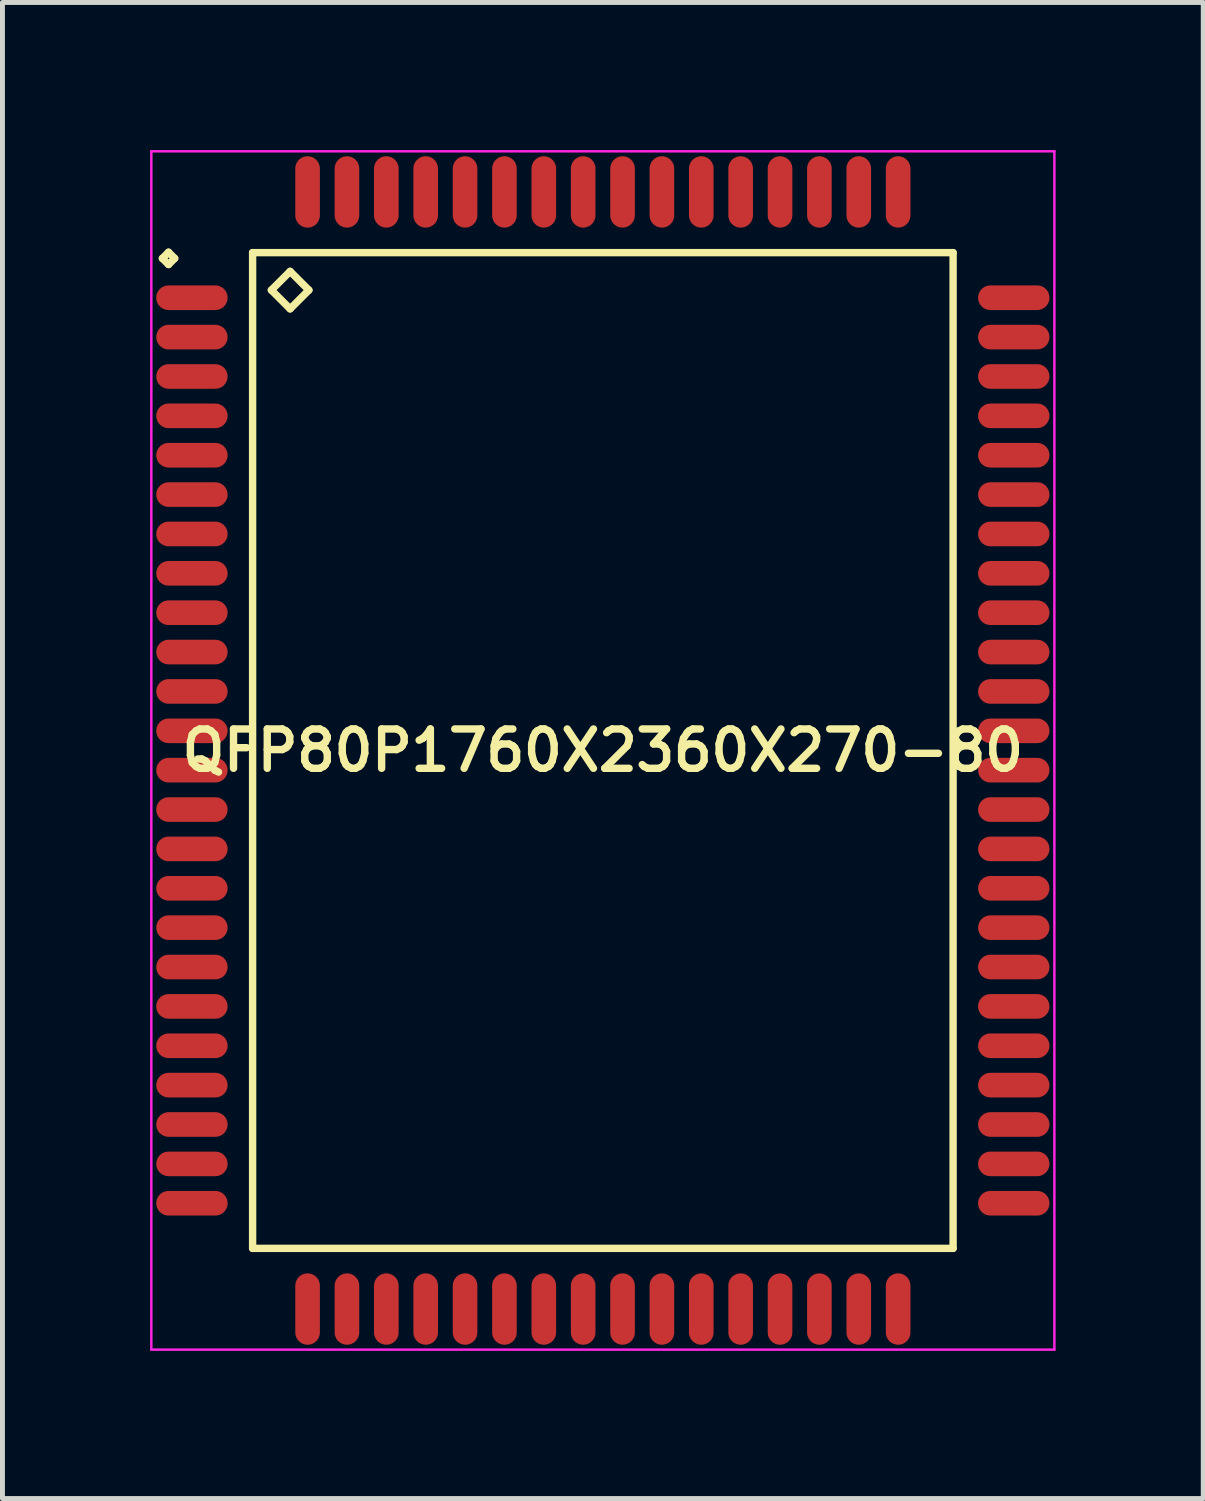
<source format=kicad_pcb>
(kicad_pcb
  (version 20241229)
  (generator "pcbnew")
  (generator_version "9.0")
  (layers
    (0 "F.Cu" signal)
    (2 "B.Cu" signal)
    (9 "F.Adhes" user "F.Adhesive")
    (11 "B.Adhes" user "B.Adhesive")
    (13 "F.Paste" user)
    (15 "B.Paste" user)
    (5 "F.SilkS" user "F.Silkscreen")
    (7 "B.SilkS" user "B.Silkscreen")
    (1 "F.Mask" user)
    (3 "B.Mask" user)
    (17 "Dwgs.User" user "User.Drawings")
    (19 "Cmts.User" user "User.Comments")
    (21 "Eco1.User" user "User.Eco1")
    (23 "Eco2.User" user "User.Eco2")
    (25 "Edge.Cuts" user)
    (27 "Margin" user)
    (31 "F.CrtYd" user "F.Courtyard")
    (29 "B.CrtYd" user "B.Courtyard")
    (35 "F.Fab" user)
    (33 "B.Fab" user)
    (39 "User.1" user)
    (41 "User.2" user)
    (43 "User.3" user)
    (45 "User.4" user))
  (footprint "QFP80P1760X2360X270-80"
    (layer "F.Cu")
    (at 9.2 12.2)
    (property "Reference" "QFP80P1760X2360X270-80" (at 0 0 0) (layer "F.SilkS") (effects (font (size 0.8 0.8) (thickness 0.15))))
    (attr smd)
    (fp_line (start -8.95 -10) (end -8.825 -10.125) (stroke (width 0.15) (type solid)) (layer "F.SilkS"))
    (fp_line (start -8.825 -10.125) (end -8.7 -10) (stroke (width 0.15) (type solid)) (layer "F.SilkS"))
    (fp_line (start -8.825 -9.875) (end -8.95 -10) (stroke (width 0.15) (type solid)) (layer "F.SilkS"))
    (fp_line (start -8.7 -10) (end -8.825 -9.875) (stroke (width 0.15) (type solid)) (layer "F.SilkS"))
    (fp_line (start -7.117 -10.117) (end -7.117 10.117) (stroke (width 0.15) (type solid)) (layer "F.SilkS"))
    (fp_line (start -7.117 10.117) (end 7.117 10.117) (stroke (width 0.15) (type solid)) (layer "F.SilkS"))
    (fp_line (start -6.736 -9.355) (end -6.355 -9.736) (stroke (width 0.15) (type solid)) (layer "F.SilkS"))
    (fp_line (start -6.355 -9.736) (end -5.974 -9.355) (stroke (width 0.15) (type solid)) (layer "F.SilkS"))
    (fp_line (start -6.355 -8.974) (end -6.736 -9.355) (stroke (width 0.15) (type solid)) (layer "F.SilkS"))
    (fp_line (start -5.974 -9.355) (end -6.355 -8.974) (stroke (width 0.15) (type solid)) (layer "F.SilkS"))
    (fp_line (start 7.117 -10.117) (end -7.117 -10.117) (stroke (width 0.15) (type solid)) (layer "F.SilkS"))
    (fp_line (start 7.117 10.117) (end 7.117 -10.117) (stroke (width 0.15) (type solid)) (layer "F.SilkS"))
    (fp_line (start -9.175 -12.175) (end 9.175 -12.175) (stroke (width 0.05) (type solid)) (layer "F.CrtYd"))
    (fp_line (start -9.175 12.175) (end -9.175 -12.175) (stroke (width 0.05) (type solid)) (layer "F.CrtYd"))
    (fp_line (start 9.175 -12.175) (end 9.175 12.175) (stroke (width 0.05) (type solid)) (layer "F.CrtYd"))
    (fp_line (start 9.175 12.175) (end -9.175 12.175) (stroke (width 0.05) (type solid)) (layer "F.CrtYd"))
    (pad "1" smd oval (at -8.35 -9.2) (size 1.45 0.5) (layers "F.Cu" "F.Mask" "F.Paste"))
    (pad "2" smd oval (at -8.35 -8.4) (size 1.45 0.5) (layers "F.Cu" "F.Mask" "F.Paste"))
    (pad "3" smd oval (at -8.35 -7.6) (size 1.45 0.5) (layers "F.Cu" "F.Mask" "F.Paste"))
    (pad "4" smd oval (at -8.35 -6.8) (size 1.45 0.5) (layers "F.Cu" "F.Mask" "F.Paste"))
    (pad "5" smd oval (at -8.35 -6) (size 1.45 0.5) (layers "F.Cu" "F.Mask" "F.Paste"))
    (pad "6" smd oval (at -8.35 -5.2) (size 1.45 0.5) (layers "F.Cu" "F.Mask" "F.Paste"))
    (pad "7" smd oval (at -8.35 -4.4) (size 1.45 0.5) (layers "F.Cu" "F.Mask" "F.Paste"))
    (pad "8" smd oval (at -8.35 -3.6) (size 1.45 0.5) (layers "F.Cu" "F.Mask" "F.Paste"))
    (pad "9" smd oval (at -8.35 -2.8) (size 1.45 0.5) (layers "F.Cu" "F.Mask" "F.Paste"))
    (pad "10" smd oval (at -8.35 -2) (size 1.45 0.5) (layers "F.Cu" "F.Mask" "F.Paste"))
    (pad "11" smd oval (at -8.35 -1.2) (size 1.45 0.5) (layers "F.Cu" "F.Mask" "F.Paste"))
    (pad "12" smd oval (at -8.35 -0.4) (size 1.45 0.5) (layers "F.Cu" "F.Mask" "F.Paste"))
    (pad "13" smd oval (at -8.35 0.4) (size 1.45 0.5) (layers "F.Cu" "F.Mask" "F.Paste"))
    (pad "14" smd oval (at -8.35 1.2) (size 1.45 0.5) (layers "F.Cu" "F.Mask" "F.Paste"))
    (pad "15" smd oval (at -8.35 2) (size 1.45 0.5) (layers "F.Cu" "F.Mask" "F.Paste"))
    (pad "16" smd oval (at -8.35 2.8) (size 1.45 0.5) (layers "F.Cu" "F.Mask" "F.Paste"))
    (pad "17" smd oval (at -8.35 3.6) (size 1.45 0.5) (layers "F.Cu" "F.Mask" "F.Paste"))
    (pad "18" smd oval (at -8.35 4.4) (size 1.45 0.5) (layers "F.Cu" "F.Mask" "F.Paste"))
    (pad "19" smd oval (at -8.35 5.2) (size 1.45 0.5) (layers "F.Cu" "F.Mask" "F.Paste"))
    (pad "20" smd oval (at -8.35 6) (size 1.45 0.5) (layers "F.Cu" "F.Mask" "F.Paste"))
    (pad "21" smd oval (at -8.35 6.8) (size 1.45 0.5) (layers "F.Cu" "F.Mask" "F.Paste"))
    (pad "22" smd oval (at -8.35 7.6) (size 1.45 0.5) (layers "F.Cu" "F.Mask" "F.Paste"))
    (pad "23" smd oval (at -8.35 8.4) (size 1.45 0.5) (layers "F.Cu" "F.Mask" "F.Paste"))
    (pad "24" smd oval (at -8.35 9.2) (size 1.45 0.5) (layers "F.Cu" "F.Mask" "F.Paste"))
    (pad "25" smd oval (at -6 11.35) (size 0.5 1.45) (layers "F.Cu" "F.Mask" "F.Paste"))
    (pad "26" smd oval (at -5.2 11.35) (size 0.5 1.45) (layers "F.Cu" "F.Mask" "F.Paste"))
    (pad "27" smd oval (at -4.4 11.35) (size 0.5 1.45) (layers "F.Cu" "F.Mask" "F.Paste"))
    (pad "28" smd oval (at -3.6 11.35) (size 0.5 1.45) (layers "F.Cu" "F.Mask" "F.Paste"))
    (pad "29" smd oval (at -2.8 11.35) (size 0.5 1.45) (layers "F.Cu" "F.Mask" "F.Paste"))
    (pad "30" smd oval (at -2 11.35) (size 0.5 1.45) (layers "F.Cu" "F.Mask" "F.Paste"))
    (pad "31" smd oval (at -1.2 11.35) (size 0.5 1.45) (layers "F.Cu" "F.Mask" "F.Paste"))
    (pad "32" smd oval (at -0.4 11.35) (size 0.5 1.45) (layers "F.Cu" "F.Mask" "F.Paste"))
    (pad "33" smd oval (at 0.4 11.35) (size 0.5 1.45) (layers "F.Cu" "F.Mask" "F.Paste"))
    (pad "34" smd oval (at 1.2 11.35) (size 0.5 1.45) (layers "F.Cu" "F.Mask" "F.Paste"))
    (pad "35" smd oval (at 2 11.35) (size 0.5 1.45) (layers "F.Cu" "F.Mask" "F.Paste"))
    (pad "36" smd oval (at 2.8 11.35) (size 0.5 1.45) (layers "F.Cu" "F.Mask" "F.Paste"))
    (pad "37" smd oval (at 3.6 11.35) (size 0.5 1.45) (layers "F.Cu" "F.Mask" "F.Paste"))
    (pad "38" smd oval (at 4.4 11.35) (size 0.5 1.45) (layers "F.Cu" "F.Mask" "F.Paste"))
    (pad "39" smd oval (at 5.2 11.35) (size 0.5 1.45) (layers "F.Cu" "F.Mask" "F.Paste"))
    (pad "40" smd oval (at 6 11.35) (size 0.5 1.45) (layers "F.Cu" "F.Mask" "F.Paste"))
    (pad "41" smd oval (at 8.35 9.2) (size 1.45 0.5) (layers "F.Cu" "F.Mask" "F.Paste"))
    (pad "42" smd oval (at 8.35 8.4) (size 1.45 0.5) (layers "F.Cu" "F.Mask" "F.Paste"))
    (pad "43" smd oval (at 8.35 7.6) (size 1.45 0.5) (layers "F.Cu" "F.Mask" "F.Paste"))
    (pad "44" smd oval (at 8.35 6.8) (size 1.45 0.5) (layers "F.Cu" "F.Mask" "F.Paste"))
    (pad "45" smd oval (at 8.35 6) (size 1.45 0.5) (layers "F.Cu" "F.Mask" "F.Paste"))
    (pad "46" smd oval (at 8.35 5.2) (size 1.45 0.5) (layers "F.Cu" "F.Mask" "F.Paste"))
    (pad "47" smd oval (at 8.35 4.4) (size 1.45 0.5) (layers "F.Cu" "F.Mask" "F.Paste"))
    (pad "48" smd oval (at 8.35 3.6) (size 1.45 0.5) (layers "F.Cu" "F.Mask" "F.Paste"))
    (pad "49" smd oval (at 8.35 2.8) (size 1.45 0.5) (layers "F.Cu" "F.Mask" "F.Paste"))
    (pad "50" smd oval (at 8.35 2) (size 1.45 0.5) (layers "F.Cu" "F.Mask" "F.Paste"))
    (pad "51" smd oval (at 8.35 1.2) (size 1.45 0.5) (layers "F.Cu" "F.Mask" "F.Paste"))
    (pad "52" smd oval (at 8.35 0.4) (size 1.45 0.5) (layers "F.Cu" "F.Mask" "F.Paste"))
    (pad "53" smd oval (at 8.35 -0.4) (size 1.45 0.5) (layers "F.Cu" "F.Mask" "F.Paste"))
    (pad "54" smd oval (at 8.35 -1.2) (size 1.45 0.5) (layers "F.Cu" "F.Mask" "F.Paste"))
    (pad "55" smd oval (at 8.35 -2) (size 1.45 0.5) (layers "F.Cu" "F.Mask" "F.Paste"))
    (pad "56" smd oval (at 8.35 -2.8) (size 1.45 0.5) (layers "F.Cu" "F.Mask" "F.Paste"))
    (pad "57" smd oval (at 8.35 -3.6) (size 1.45 0.5) (layers "F.Cu" "F.Mask" "F.Paste"))
    (pad "58" smd oval (at 8.35 -4.4) (size 1.45 0.5) (layers "F.Cu" "F.Mask" "F.Paste"))
    (pad "59" smd oval (at 8.35 -5.2) (size 1.45 0.5) (layers "F.Cu" "F.Mask" "F.Paste"))
    (pad "60" smd oval (at 8.35 -6) (size 1.45 0.5) (layers "F.Cu" "F.Mask" "F.Paste"))
    (pad "61" smd oval (at 8.35 -6.8) (size 1.45 0.5) (layers "F.Cu" "F.Mask" "F.Paste"))
    (pad "62" smd oval (at 8.35 -7.6) (size 1.45 0.5) (layers "F.Cu" "F.Mask" "F.Paste"))
    (pad "63" smd oval (at 8.35 -8.4) (size 1.45 0.5) (layers "F.Cu" "F.Mask" "F.Paste"))
    (pad "64" smd oval (at 8.35 -9.2) (size 1.45 0.5) (layers "F.Cu" "F.Mask" "F.Paste"))
    (pad "65" smd oval (at 6 -11.35) (size 0.5 1.45) (layers "F.Cu" "F.Mask" "F.Paste"))
    (pad "66" smd oval (at 5.2 -11.35) (size 0.5 1.45) (layers "F.Cu" "F.Mask" "F.Paste"))
    (pad "67" smd oval (at 4.4 -11.35) (size 0.5 1.45) (layers "F.Cu" "F.Mask" "F.Paste"))
    (pad "68" smd oval (at 3.6 -11.35) (size 0.5 1.45) (layers "F.Cu" "F.Mask" "F.Paste"))
    (pad "69" smd oval (at 2.8 -11.35) (size 0.5 1.45) (layers "F.Cu" "F.Mask" "F.Paste"))
    (pad "70" smd oval (at 2 -11.35) (size 0.5 1.45) (layers "F.Cu" "F.Mask" "F.Paste"))
    (pad "71" smd oval (at 1.2 -11.35) (size 0.5 1.45) (layers "F.Cu" "F.Mask" "F.Paste"))
    (pad "72" smd oval (at 0.4 -11.35) (size 0.5 1.45) (layers "F.Cu" "F.Mask" "F.Paste"))
    (pad "73" smd oval (at -0.4 -11.35) (size 0.5 1.45) (layers "F.Cu" "F.Mask" "F.Paste"))
    (pad "74" smd oval (at -1.2 -11.35) (size 0.5 1.45) (layers "F.Cu" "F.Mask" "F.Paste"))
    (pad "75" smd oval (at -2 -11.35) (size 0.5 1.45) (layers "F.Cu" "F.Mask" "F.Paste"))
    (pad "76" smd oval (at -2.8 -11.35) (size 0.5 1.45) (layers "F.Cu" "F.Mask" "F.Paste"))
    (pad "77" smd oval (at -3.6 -11.35) (size 0.5 1.45) (layers "F.Cu" "F.Mask" "F.Paste"))
    (pad "78" smd oval (at -4.4 -11.35) (size 0.5 1.45) (layers "F.Cu" "F.Mask" "F.Paste"))
    (pad "79" smd oval (at -5.2 -11.35) (size 0.5 1.45) (layers "F.Cu" "F.Mask" "F.Paste"))
    (pad "80" smd oval (at -6 -11.35) (size 0.5 1.45) (layers "F.Cu" "F.Mask" "F.Paste")))
  (gr_rect
    (start -3 -3)
    (end 21.4 27.4)
    (stroke (width 0.1) (type default))
    (fill no)
    (layer "Edge.Cuts")))
</source>
